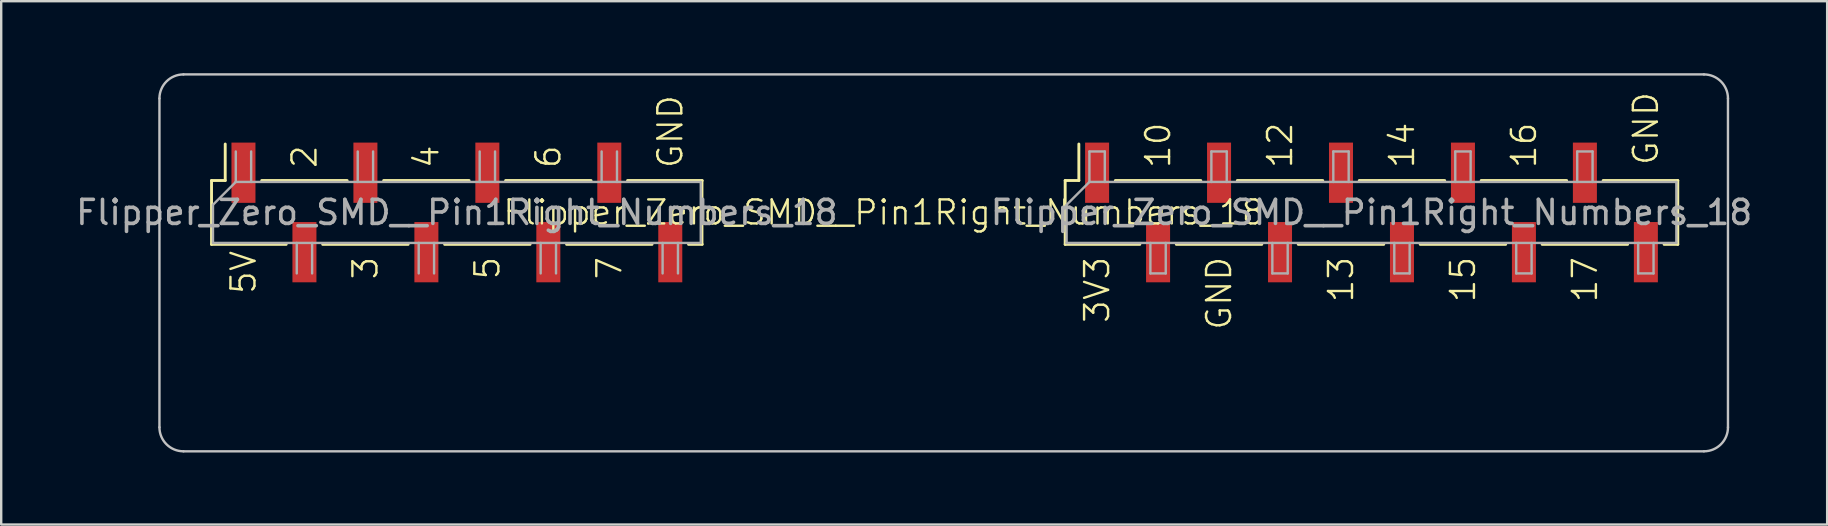
<source format=kicad_pcb>
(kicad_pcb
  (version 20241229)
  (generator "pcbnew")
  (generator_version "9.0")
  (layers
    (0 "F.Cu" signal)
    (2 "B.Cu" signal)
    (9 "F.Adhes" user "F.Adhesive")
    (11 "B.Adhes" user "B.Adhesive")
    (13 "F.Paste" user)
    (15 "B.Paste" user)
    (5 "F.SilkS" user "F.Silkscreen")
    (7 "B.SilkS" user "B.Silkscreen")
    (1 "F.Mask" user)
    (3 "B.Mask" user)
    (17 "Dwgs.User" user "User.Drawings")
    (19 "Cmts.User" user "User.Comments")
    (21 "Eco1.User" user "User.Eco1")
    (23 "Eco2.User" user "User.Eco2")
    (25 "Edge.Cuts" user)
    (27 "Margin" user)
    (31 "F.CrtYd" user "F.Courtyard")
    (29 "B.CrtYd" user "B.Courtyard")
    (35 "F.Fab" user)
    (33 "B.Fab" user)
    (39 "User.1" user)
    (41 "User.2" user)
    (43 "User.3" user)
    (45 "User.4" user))
  (footprint "Flipper_Zero_SMD__Pin1Right_Numbers_18"
    (layer "F.Cu")
    (at 7.092 5.8)
    (property "Reference" "Flipper_Zero_SMD__Pin1Right_Numbers_18" (at 26.67 0 0) (unlocked yes) (layer "F.SilkS") (effects (font (size 1 1) (thickness 0.1))))
    (attr smd)
    (fp_line (start -1.33 -1.33) (end -0.76 -1.33) (stroke (width 0.12) (type solid)) (layer "F.SilkS"))
    (fp_line (start -1.33 1.33) (end -1.33 -1.33) (stroke (width 0.12) (type solid)) (layer "F.SilkS"))
    (fp_line (start -1.33 1.33) (end 1.78 1.33) (stroke (width 0.12) (type solid)) (layer "F.SilkS"))
    (fp_line (start -0.76 -1.33) (end -0.76 -2.85) (stroke (width 0.12) (type solid)) (layer "F.SilkS"))
    (fp_line (start 0.76 -1.33) (end 4.32 -1.33) (stroke (width 0.12) (type solid)) (layer "F.SilkS"))
    (fp_line (start 3.3 1.33) (end 6.86 1.33) (stroke (width 0.12) (type solid)) (layer "F.SilkS"))
    (fp_line (start 5.84 -1.33) (end 9.4 -1.33) (stroke (width 0.12) (type solid)) (layer "F.SilkS"))
    (fp_line (start 8.38 1.33) (end 11.94 1.33) (stroke (width 0.12) (type solid)) (layer "F.SilkS"))
    (fp_line (start 10.92 -1.33) (end 14.48 -1.33) (stroke (width 0.12) (type solid)) (layer "F.SilkS"))
    (fp_line (start 13.46 1.33) (end 17.02 1.33) (stroke (width 0.12) (type solid)) (layer "F.SilkS"))
    (fp_line (start 16 -1.33) (end 19.11 -1.33) (stroke (width 0.12) (type solid)) (layer "F.SilkS"))
    (fp_line (start 18.54 1.33) (end 19.11 1.33) (stroke (width 0.12) (type solid)) (layer "F.SilkS"))
    (fp_line (start 19.11 -1.33) (end 19.11 1.33) (stroke (width 0.1) (type default)) (layer "F.SilkS"))
    (fp_line (start 34.23 -1.33) (end 34.8 -1.33) (stroke (width 0.12) (type solid)) (layer "F.SilkS"))
    (fp_line (start 34.23 1.33) (end 34.23 -1.33) (stroke (width 0.12) (type solid)) (layer "F.SilkS"))
    (fp_line (start 34.23 1.33) (end 37.34 1.33) (stroke (width 0.12) (type solid)) (layer "F.SilkS"))
    (fp_line (start 34.8 -1.33) (end 34.8 -2.85) (stroke (width 0.12) (type solid)) (layer "F.SilkS"))
    (fp_line (start 36.32 -1.33) (end 39.88 -1.33) (stroke (width 0.12) (type solid)) (layer "F.SilkS"))
    (fp_line (start 38.86 1.33) (end 42.42 1.33) (stroke (width 0.12) (type solid)) (layer "F.SilkS"))
    (fp_line (start 41.4 -1.33) (end 44.96 -1.33) (stroke (width 0.12) (type solid)) (layer "F.SilkS"))
    (fp_line (start 43.94 1.33) (end 47.5 1.33) (stroke (width 0.12) (type solid)) (layer "F.SilkS"))
    (fp_line (start 46.48 -1.33) (end 50.04 -1.33) (stroke (width 0.12) (type solid)) (layer "F.SilkS"))
    (fp_line (start 49.02 1.33) (end 52.58 1.33) (stroke (width 0.12) (type solid)) (layer "F.SilkS"))
    (fp_line (start 51.56 -1.33) (end 55.12 -1.33) (stroke (width 0.12) (type solid)) (layer "F.SilkS"))
    (fp_line (start 54.1 1.33) (end 57.66 1.33) (stroke (width 0.12) (type solid)) (layer "F.SilkS"))
    (fp_line (start 56.64 -1.33) (end 59.75 -1.33) (stroke (width 0.12) (type solid)) (layer "F.SilkS"))
    (fp_line (start 59.18 1.33) (end 59.75 1.33) (stroke (width 0.12) (type solid)) (layer "F.SilkS"))
    (fp_line (start 59.75 1.33) (end 59.75 -1.33) (stroke (width 0.12) (type solid)) (layer "F.SilkS"))
    (fp_line (start -3.5 8.95) (end -3.5 -4.75) (stroke (width 0.1) (type default)) (layer "Dwgs.User"))
    (fp_line (start -2.5 -5.75) (end 60.84 -5.75) (stroke (width 0.1) (type default)) (layer "Dwgs.User"))
    (fp_line (start -2.5 9.95) (end 60.84 9.95) (stroke (width 0.1) (type default)) (layer "Dwgs.User"))
    (fp_line (start 61.84 8.95) (end 61.84 -4.75) (stroke (width 0.1) (type default)) (layer "Dwgs.User"))
    (fp_arc (start -3.5 -4.75) (mid -3.207107 -5.457106) (end -2.5 -5.75) (stroke (width 0.1) (type default)) (layer "Dwgs.User"))
    (fp_arc (start -2.5 9.95) (mid -3.207106 9.657107) (end -3.5 8.95) (stroke (width 0.1) (type default)) (layer "Dwgs.User"))
    (fp_arc (start 60.84 -5.75) (mid 61.547106 -5.457107) (end 61.84 -4.75) (stroke (width 0.1) (type default)) (layer "Dwgs.User"))
    (fp_arc (start 61.84 8.95) (mid 61.547107 9.657106) (end 60.84 9.95) (stroke (width 0.1) (type default)) (layer "Dwgs.User"))
    (fp_line (start -1.27 1.27) (end -1.27 -0.32) (stroke (width 0.1) (type solid)) (layer "F.Fab"))
    (fp_line (start -1.27 1.27) (end 19.05 1.27) (stroke (width 0.1) (type solid)) (layer "F.Fab"))
    (fp_line (start -0.32 -1.27) (end -1.27 -0.32) (stroke (width 0.1) (type solid)) (layer "F.Fab"))
    (fp_line (start -0.32 -1.27) (end -0.32 -2.54) (stroke (width 0.1) (type solid)) (layer "F.Fab"))
    (fp_line (start 0.32 -2.54) (end 0.32 -1.27) (stroke (width 0.1) (type solid)) (layer "F.Fab"))
    (fp_line (start 2.22 1.27) (end 2.22 2.54) (stroke (width 0.1) (type solid)) (layer "F.Fab"))
    (fp_line (start 2.86 2.54) (end 2.86 1.27) (stroke (width 0.1) (type solid)) (layer "F.Fab"))
    (fp_line (start 4.76 -1.27) (end 4.76 -2.54) (stroke (width 0.1) (type solid)) (layer "F.Fab"))
    (fp_line (start 5.4 -2.54) (end 5.4 -1.27) (stroke (width 0.1) (type solid)) (layer "F.Fab"))
    (fp_line (start 7.3 1.27) (end 7.3 2.54) (stroke (width 0.1) (type solid)) (layer "F.Fab"))
    (fp_line (start 7.94 2.54) (end 7.94 1.27) (stroke (width 0.1) (type solid)) (layer "F.Fab"))
    (fp_line (start 9.84 -1.27) (end 9.84 -2.54) (stroke (width 0.1) (type solid)) (layer "F.Fab"))
    (fp_line (start 10.48 -2.54) (end 10.48 -1.27) (stroke (width 0.1) (type solid)) (layer "F.Fab"))
    (fp_line (start 12.38 1.27) (end 12.38 2.54) (stroke (width 0.1) (type solid)) (layer "F.Fab"))
    (fp_line (start 13.02 2.54) (end 13.02 1.27) (stroke (width 0.1) (type solid)) (layer "F.Fab"))
    (fp_line (start 14.92 -1.27) (end 14.92 -2.54) (stroke (width 0.1) (type solid)) (layer "F.Fab"))
    (fp_line (start 15.56 -2.54) (end 15.56 -1.27) (stroke (width 0.1) (type solid)) (layer "F.Fab"))
    (fp_line (start 17.46 1.27) (end 17.46 2.54) (stroke (width 0.1) (type solid)) (layer "F.Fab"))
    (fp_line (start 18.1 2.54) (end 18.1 1.27) (stroke (width 0.1) (type solid)) (layer "F.Fab"))
    (fp_line (start 19.05 -1.27) (end -0.32 -1.27) (stroke (width 0.1) (type solid)) (layer "F.Fab"))
    (fp_line (start 19.05 -1.27) (end 19.05 1.27) (stroke (width 0.1) (type solid)) (layer "F.Fab"))
    (fp_line (start 34.29 1.27) (end 34.29 -0.32) (stroke (width 0.1) (type solid)) (layer "F.Fab"))
    (fp_line (start 34.29 1.27) (end 59.69 1.27) (stroke (width 0.1) (type solid)) (layer "F.Fab"))
    (fp_line (start 35.24 -2.54) (end 35.88 -2.54) (stroke (width 0.1) (type solid)) (layer "F.Fab"))
    (fp_line (start 35.24 -1.27) (end 34.29 -0.32) (stroke (width 0.1) (type solid)) (layer "F.Fab"))
    (fp_line (start 35.24 -1.27) (end 35.24 -2.54) (stroke (width 0.1) (type solid)) (layer "F.Fab"))
    (fp_line (start 35.88 -2.54) (end 35.88 -1.27) (stroke (width 0.1) (type solid)) (layer "F.Fab"))
    (fp_line (start 37.78 1.27) (end 37.78 2.54) (stroke (width 0.1) (type solid)) (layer "F.Fab"))
    (fp_line (start 37.78 2.54) (end 38.42 2.54) (stroke (width 0.1) (type solid)) (layer "F.Fab"))
    (fp_line (start 38.42 2.54) (end 38.42 1.27) (stroke (width 0.1) (type solid)) (layer "F.Fab"))
    (fp_line (start 40.32 -2.54) (end 40.96 -2.54) (stroke (width 0.1) (type solid)) (layer "F.Fab"))
    (fp_line (start 40.32 -1.27) (end 40.32 -2.54) (stroke (width 0.1) (type solid)) (layer "F.Fab"))
    (fp_line (start 40.96 -2.54) (end 40.96 -1.27) (stroke (width 0.1) (type solid)) (layer "F.Fab"))
    (fp_line (start 42.86 1.27) (end 42.86 2.54) (stroke (width 0.1) (type solid)) (layer "F.Fab"))
    (fp_line (start 42.86 2.54) (end 43.5 2.54) (stroke (width 0.1) (type solid)) (layer "F.Fab"))
    (fp_line (start 43.5 2.54) (end 43.5 1.27) (stroke (width 0.1) (type solid)) (layer "F.Fab"))
    (fp_line (start 45.4 -2.54) (end 46.04 -2.54) (stroke (width 0.1) (type solid)) (layer "F.Fab"))
    (fp_line (start 45.4 -1.27) (end 45.4 -2.54) (stroke (width 0.1) (type solid)) (layer "F.Fab"))
    (fp_line (start 46.04 -2.54) (end 46.04 -1.27) (stroke (width 0.1) (type solid)) (layer "F.Fab"))
    (fp_line (start 47.94 1.27) (end 47.94 2.54) (stroke (width 0.1) (type solid)) (layer "F.Fab"))
    (fp_line (start 47.94 2.54) (end 48.58 2.54) (stroke (width 0.1) (type solid)) (layer "F.Fab"))
    (fp_line (start 48.58 2.54) (end 48.58 1.27) (stroke (width 0.1) (type solid)) (layer "F.Fab"))
    (fp_line (start 50.48 -2.54) (end 51.12 -2.54) (stroke (width 0.1) (type solid)) (layer "F.Fab"))
    (fp_line (start 50.48 -1.27) (end 50.48 -2.54) (stroke (width 0.1) (type solid)) (layer "F.Fab"))
    (fp_line (start 51.12 -2.54) (end 51.12 -1.27) (stroke (width 0.1) (type solid)) (layer "F.Fab"))
    (fp_line (start 53.02 1.27) (end 53.02 2.54) (stroke (width 0.1) (type solid)) (layer "F.Fab"))
    (fp_line (start 53.02 2.54) (end 53.66 2.54) (stroke (width 0.1) (type solid)) (layer "F.Fab"))
    (fp_line (start 53.66 2.54) (end 53.66 1.27) (stroke (width 0.1) (type solid)) (layer "F.Fab"))
    (fp_line (start 55.56 -2.54) (end 56.2 -2.54) (stroke (width 0.1) (type solid)) (layer "F.Fab"))
    (fp_line (start 55.56 -1.27) (end 55.56 -2.54) (stroke (width 0.1) (type solid)) (layer "F.Fab"))
    (fp_line (start 56.2 -2.54) (end 56.2 -1.27) (stroke (width 0.1) (type solid)) (layer "F.Fab"))
    (fp_line (start 58.1 1.27) (end 58.1 2.54) (stroke (width 0.1) (type solid)) (layer "F.Fab"))
    (fp_line (start 58.1 2.54) (end 58.74 2.54) (stroke (width 0.1) (type solid)) (layer "F.Fab"))
    (fp_line (start 58.74 2.54) (end 58.74 1.27) (stroke (width 0.1) (type solid)) (layer "F.Fab"))
    (fp_line (start 59.69 -1.27) (end 35.24 -1.27) (stroke (width 0.1) (type solid)) (layer "F.Fab"))
    (fp_line (start 59.69 -1.27) (end 59.69 1.27) (stroke (width 0.1) (type solid)) (layer "F.Fab"))
    (fp_text user "GND" (at 58.42 -1.905 90) (unlocked yes) (layer "F.SilkS") (effects (font (size 1 1) (thickness 0.1)) (justify left)))
    (fp_text user "5V" (at 0 1.524 90) (unlocked yes) (layer "F.SilkS") (effects (font (size 1 1) (thickness 0.1)) (justify right)))
    (fp_text user "15" (at 50.8 1.778 90) (unlocked yes) (layer "F.SilkS") (effects (font (size 1 1) (thickness 0.1)) (justify right)))
    (fp_text user "5" (at 10.16 1.778 90) (unlocked yes) (layer "F.SilkS") (effects (font (size 1 1) (thickness 0.1)) (justify right)))
    (fp_text user "3" (at 5.08 1.778 90) (unlocked yes) (layer "F.SilkS") (effects (font (size 1 1) (thickness 0.1)) (justify right)))
    (fp_text user "10" (at 38.1 -1.778 90) (unlocked yes) (layer "F.SilkS") (effects (font (size 1 1) (thickness 0.1)) (justify left)))
    (fp_text user "2" (at 2.54 -1.778 90) (unlocked yes) (layer "F.SilkS") (effects (font (size 1 1) (thickness 0.1)) (justify left)))
    (fp_text user "13" (at 45.72 1.778 90) (unlocked yes) (layer "F.SilkS") (effects (font (size 1 1) (thickness 0.1)) (justify right)))
    (fp_text user "4" (at 7.62 -1.778 90) (unlocked yes) (layer "F.SilkS") (effects (font (size 1 1) (thickness 0.1)) (justify left)))
    (fp_text user "GND" (at 17.78 -1.778 90) (unlocked yes) (layer "F.SilkS") (effects (font (size 1 1) (thickness 0.1)) (justify left)))
    (fp_text user "3V3" (at 35.56 1.778 90) (unlocked yes) (layer "F.SilkS") (effects (font (size 1 1) (thickness 0.1)) (justify right)))
    (fp_text user "7" (at 15.24 1.778 90) (unlocked yes) (layer "F.SilkS") (effects (font (size 1 1) (thickness 0.1)) (justify right)))
    (fp_text user "17" (at 55.88 1.778 90) (unlocked yes) (layer "F.SilkS") (effects (font (size 1 1) (thickness 0.1)) (justify right)))
    (fp_text user "GND" (at 40.64 1.778 90) (unlocked yes) (layer "F.SilkS") (effects (font (size 1 1) (thickness 0.1)) (justify right)))
    (fp_text user "14" (at 48.26 -1.778 90) (unlocked yes) (layer "F.SilkS") (effects (font (size 1 1) (thickness 0.1)) (justify left)))
    (fp_text user "12" (at 43.18 -1.778 90) (unlocked yes) (layer "F.SilkS") (effects (font (size 1 1) (thickness 0.1)) (justify left)))
    (fp_text user "6" (at 12.7 -1.778 90) (unlocked yes) (layer "F.SilkS") (effects (font (size 1 1) (thickness 0.1)) (justify left)))
    (fp_text user "16" (at 53.34 -1.778 90) (unlocked yes) (layer "F.SilkS") (effects (font (size 1 1) (thickness 0.1)) (justify left)))
    (fp_text user "${REFERENCE}" (at 8.89 0 180) (layer "F.Fab") (effects (font (size 1 1) (thickness 0.15))))
    (fp_text user "${REFERENCE}" (at 46.99 0 180) (layer "F.Fab") (effects (font (size 1 1) (thickness 0.15))))
    (pad "1" smd rect (at 0 -1.655 90) (size 2.51 1) (layers "F.Cu" "F.Mask" "F.Paste"))
    (pad "2" smd rect (at 2.54 1.655 90) (size 2.51 1) (layers "F.Cu" "F.Mask" "F.Paste"))
    (pad "3" smd rect (at 5.08 -1.655 90) (size 2.51 1) (layers "F.Cu" "F.Mask" "F.Paste"))
    (pad "4" smd rect (at 7.62 1.655 90) (size 2.51 1) (layers "F.Cu" "F.Mask" "F.Paste"))
    (pad "5" smd rect (at 10.16 -1.655 90) (size 2.51 1) (layers "F.Cu" "F.Mask" "F.Paste"))
    (pad "6" smd rect (at 12.7 1.655 90) (size 2.51 1) (layers "F.Cu" "F.Mask" "F.Paste"))
    (pad "7" smd rect (at 15.24 -1.655 90) (size 2.51 1) (layers "F.Cu" "F.Mask" "F.Paste"))
    (pad "8" smd rect (at 17.78 1.655 90) (size 2.51 1) (layers "F.Cu" "F.Mask" "F.Paste"))
    (pad "9" smd rect (at 35.56 -1.655 90) (size 2.51 1) (layers "F.Cu" "F.Mask" "F.Paste"))
    (pad "10" smd rect (at 38.1 1.655 90) (size 2.51 1) (layers "F.Cu" "F.Mask" "F.Paste"))
    (pad "11" smd rect (at 40.64 -1.655 90) (size 2.51 1) (layers "F.Cu" "F.Mask" "F.Paste"))
    (pad "12" smd rect (at 43.18 1.655 90) (size 2.51 1) (layers "F.Cu" "F.Mask" "F.Paste"))
    (pad "13" smd rect (at 45.72 -1.655 90) (size 2.51 1) (layers "F.Cu" "F.Mask" "F.Paste"))
    (pad "14" smd rect (at 48.26 1.655 90) (size 2.51 1) (layers "F.Cu" "F.Mask" "F.Paste"))
    (pad "15" smd rect (at 50.8 -1.655 90) (size 2.51 1) (layers "F.Cu" "F.Mask" "F.Paste"))
    (pad "16" smd rect (at 53.34 1.655 90) (size 2.51 1) (layers "F.Cu" "F.Mask" "F.Paste"))
    (pad "17" smd rect (at 55.88 -1.655 90) (size 2.51 1) (layers "F.Cu" "F.Mask" "F.Paste"))
    (pad "18" smd rect (at 58.42 1.655 90) (size 2.51 1) (layers "F.Cu" "F.Mask" "F.Paste")))
  (gr_rect
    (start -3 -3)
    (end 73.064 18.8)
    (stroke (width 0.1) (type default))
    (fill no)
    (layer "Edge.Cuts")))
</source>
